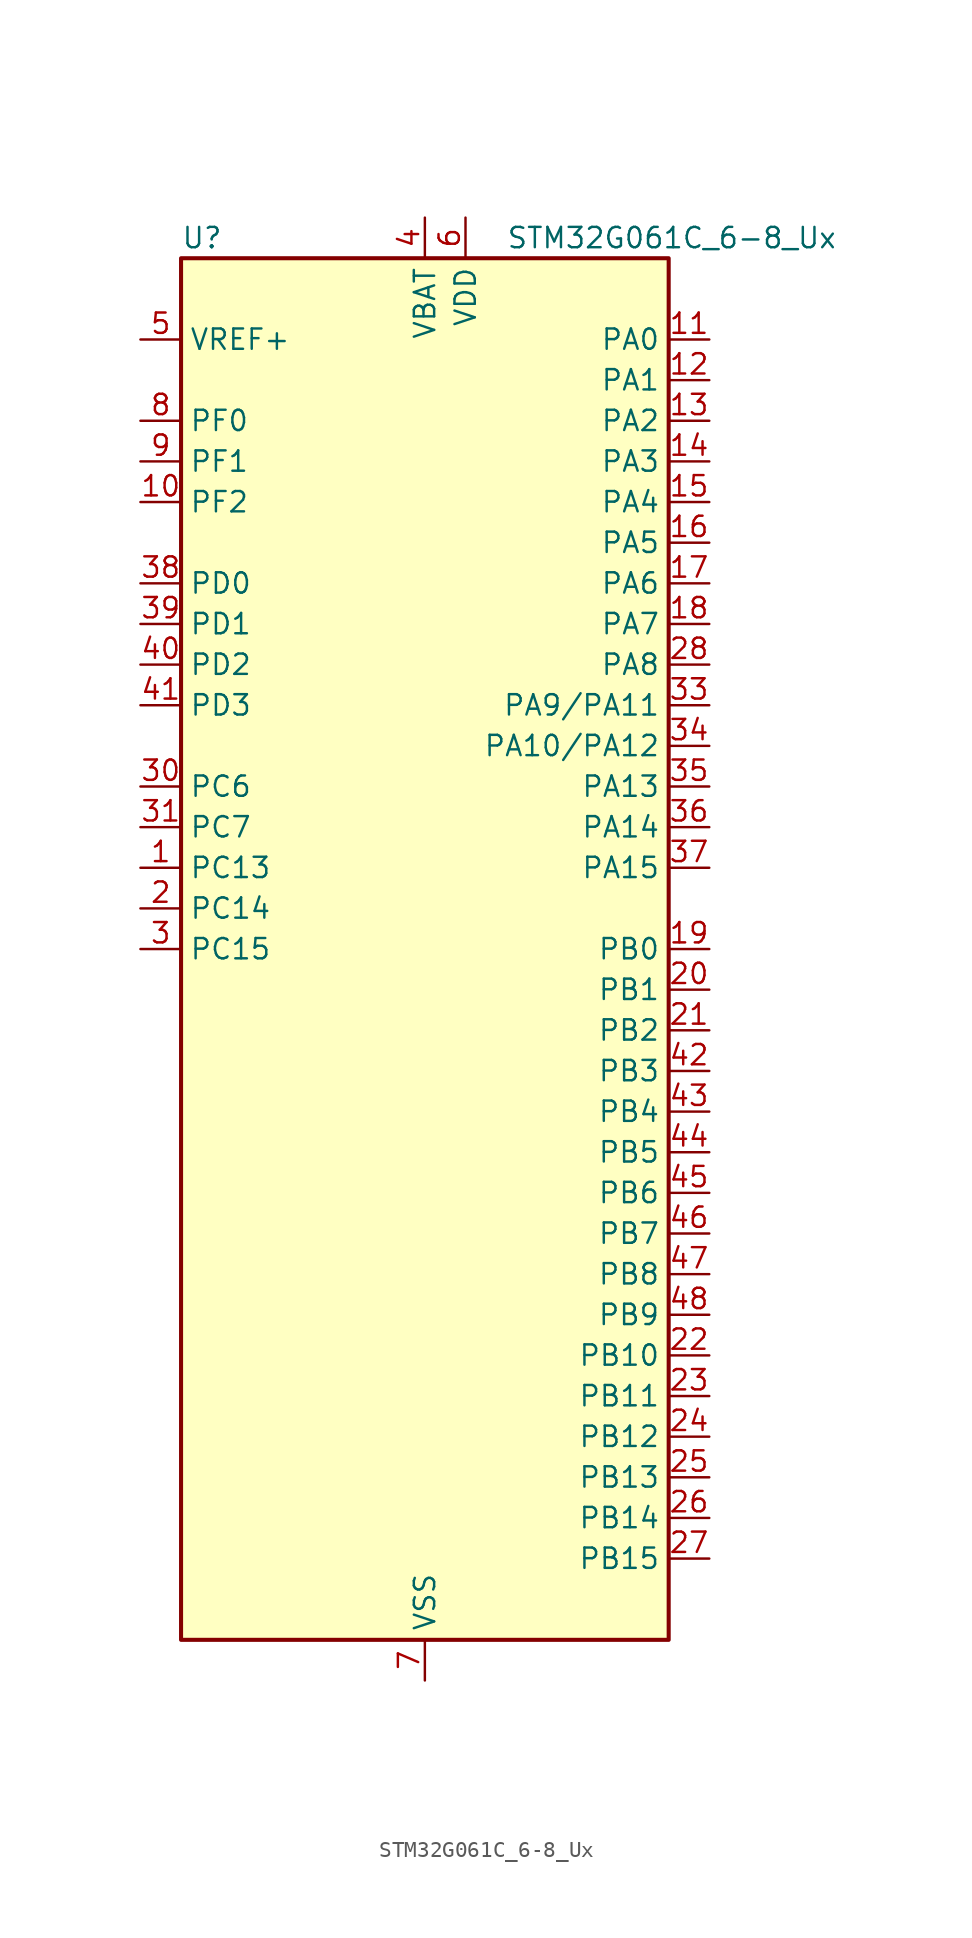
<source format=kicad_sym>
(kicad_symbol_lib
  (version 20241209)
  (generator "kicad_symbol_editor")
  (generator_version "9.0")
  (symbol "STM32G061C_6-8_Ux"
    (property "Reference" "U"
      (at -15.24 44.45 0)
      (effects (font (size 1.27 1.27)) (justify left)))
    (property "Value" "STM32G061C_6-8_Ux"
      (at 5.08 44.45 0)
      (effects (font (size 1.27 1.27)) (justify left)))
    (symbol "STM32G061C_6-8_Ux_0_1"
      (rectangle (start -15.24 -43.18) (end 15.24 43.18) (stroke (width 0.254) (type default)) (fill (type background))))
    (symbol "STM32G061C_6-8_Ux_1_1"
      (pin input line (at -17.78 38.1 0) (length 2.54) (name "VREF+" (effects (font (size 1.27 1.27)))) (number "5" (effects (font (size 1.27 1.27)))) (alternate "VREFBUF_OUT" bidirectional line))
      (pin bidirectional line (at -17.78 33.02 0) (length 2.54) (name "PF0" (effects (font (size 1.27 1.27)))) (number "8" (effects (font (size 1.27 1.27)))) (alternate "RCC_OSC_IN" bidirectional line) (alternate "TIM14_CH1" bidirectional line))
      (pin bidirectional line (at -17.78 30.48 0) (length 2.54) (name "PF1" (effects (font (size 1.27 1.27)))) (number "9" (effects (font (size 1.27 1.27)))) (alternate "RCC_OSC_EN" bidirectional line) (alternate "RCC_OSC_OUT" bidirectional line) (alternate "TIM15_CH1N" bidirectional line))
      (pin bidirectional line (at -17.78 27.94 0) (length 2.54) (name "PF2" (effects (font (size 1.27 1.27)))) (number "10" (effects (font (size 1.27 1.27)))) (alternate "RCC_MCO" bidirectional line))
      (pin bidirectional line (at -17.78 22.86 0) (length 2.54) (name "PD0" (effects (font (size 1.27 1.27)))) (number "38" (effects (font (size 1.27 1.27)))) (alternate "SPI2_NSS" bidirectional line) (alternate "TIM16_CH1" bidirectional line))
      (pin bidirectional line (at -17.78 20.32 0) (length 2.54) (name "PD1" (effects (font (size 1.27 1.27)))) (number "39" (effects (font (size 1.27 1.27)))) (alternate "SPI2_SCK" bidirectional line) (alternate "TIM17_CH1" bidirectional line))
      (pin bidirectional line (at -17.78 17.78 0) (length 2.54) (name "PD2" (effects (font (size 1.27 1.27)))) (number "40" (effects (font (size 1.27 1.27)))) (alternate "TIM1_CH1N" bidirectional line) (alternate "TIM3_ETR" bidirectional line))
      (pin bidirectional line (at -17.78 15.24 0) (length 2.54) (name "PD3" (effects (font (size 1.27 1.27)))) (number "41" (effects (font (size 1.27 1.27)))) (alternate "SPI2_MISO" bidirectional line) (alternate "TIM1_CH2N" bidirectional line) (alternate "USART2_CTS" bidirectional line) (alternate "USART2_NSS" bidirectional line))
      (pin bidirectional line (at -17.78 10.16 0) (length 2.54) (name "PC6" (effects (font (size 1.27 1.27)))) (number "30" (effects (font (size 1.27 1.27)))) (alternate "TIM2_CH3" bidirectional line) (alternate "TIM3_CH1" bidirectional line))
      (pin bidirectional line (at -17.78 7.62 0) (length 2.54) (name "PC7" (effects (font (size 1.27 1.27)))) (number "31" (effects (font (size 1.27 1.27)))) (alternate "TIM2_CH4" bidirectional line) (alternate "TIM3_CH2" bidirectional line))
      (pin bidirectional line (at -17.78 5.08 0) (length 2.54) (name "PC13" (effects (font (size 1.27 1.27)))) (number "1" (effects (font (size 1.27 1.27)))) (alternate "RTC_OUT1" bidirectional line) (alternate "RTC_TAMP_IN1" bidirectional line) (alternate "RTC_TS" bidirectional line) (alternate "SYS_WKUP2" bidirectional line) (alternate "TIM1_BK" bidirectional line))
      (pin bidirectional line (at -17.78 2.54 0) (length 2.54) (name "PC14" (effects (font (size 1.27 1.27)))) (number "2" (effects (font (size 1.27 1.27)))) (alternate "RCC_OSC32_IN" bidirectional line) (alternate "TIM1_BK2" bidirectional line))
      (pin bidirectional line (at -17.78 0 0) (length 2.54) (name "PC15" (effects (font (size 1.27 1.27)))) (number "3" (effects (font (size 1.27 1.27)))) (alternate "RCC_OSC32_EN" bidirectional line) (alternate "RCC_OSC32_OUT" bidirectional line) (alternate "RCC_OSC_EN" bidirectional line) (alternate "TIM15_BK" bidirectional line))
      (pin no_connect line (at -15.24 -40.64 0) (length 2.54) (hide yes) (name "NC/PA10" (effects (font (size 1.27 1.27)))) (number "32" (effects (font (size 1.27 1.27)))) (alternate "I2C1_SDA (PA10)" bidirectional line) (alternate "NC" bidirectional line) (alternate "PA10" bidirectional line) (alternate "SPI2_MOSI (PA10)" bidirectional line) (alternate "TIM17_BK (PA10)" bidirectional line) (alternate "TIM1_CH3 (PA10)" bidirectional line) (alternate "USART1_RX (PA10)" bidirectional line))
      (pin no_connect line (at -15.24 -43.18 0) (length 2.54) (hide yes) (name "NC/PA9" (effects (font (size 1.27 1.27)))) (number "29" (effects (font (size 1.27 1.27)))) (alternate "DAC1_EXTI9 (PA9)" bidirectional line) (alternate "I2C1_SCL (PA9)" bidirectional line) (alternate "NC" bidirectional line) (alternate "PA9" bidirectional line) (alternate "RCC_MCO (PA9)" bidirectional line) (alternate "SPI2_MISO (PA9)" bidirectional line) (alternate "TIM15_BK (PA9)" bidirectional line) (alternate "TIM1_CH2 (PA9)" bidirectional line) (alternate "USART1_TX (PA9)" bidirectional line))
      (pin power_in line (at 0 45.72 270) (length 2.54) (name "VBAT" (effects (font (size 1.27 1.27)))) (number "4" (effects (font (size 1.27 1.27)))))
      (pin passive line (at 0 -45.72 90) (length 2.54) (hide yes) (name "VSS" (effects (font (size 1.27 1.27)))) (number "49" (effects (font (size 1.27 1.27)))))
      (pin power_in line (at 0 -45.72 90) (length 2.54) (name "VSS" (effects (font (size 1.27 1.27)))) (number "7" (effects (font (size 1.27 1.27)))))
      (pin power_in line (at 2.54 45.72 270) (length 2.54) (name "VDD" (effects (font (size 1.27 1.27)))) (number "6" (effects (font (size 1.27 1.27)))))
      (pin bidirectional line (at 17.78 38.1 180) (length 2.54) (name "PA0" (effects (font (size 1.27 1.27)))) (number "11" (effects (font (size 1.27 1.27)))) (alternate "ADC1_IN0" bidirectional line) (alternate "COMP1_INM" bidirectional line) (alternate "COMP1_OUT" bidirectional line) (alternate "LPTIM1_OUT" bidirectional line) (alternate "RTC_TAMP_IN2" bidirectional line) (alternate "SPI2_SCK" bidirectional line) (alternate "SYS_WKUP1" bidirectional line) (alternate "TIM2_CH1" bidirectional line) (alternate "TIM2_ETR" bidirectional line) (alternate "USART2_CTS" bidirectional line) (alternate "USART2_NSS" bidirectional line))
      (pin bidirectional line (at 17.78 35.56 180) (length 2.54) (name "PA1" (effects (font (size 1.27 1.27)))) (number "12" (effects (font (size 1.27 1.27)))) (alternate "ADC1_IN1" bidirectional line) (alternate "COMP1_INP" bidirectional line) (alternate "I2C1_SMBA" bidirectional line) (alternate "I2S1_CK" bidirectional line) (alternate "SPI1_SCK" bidirectional line) (alternate "TIM15_CH1N" bidirectional line) (alternate "TIM2_CH2" bidirectional line) (alternate "USART2_CK" bidirectional line) (alternate "USART2_DE" bidirectional line) (alternate "USART2_RTS" bidirectional line))
      (pin bidirectional line (at 17.78 33.02 180) (length 2.54) (name "PA2" (effects (font (size 1.27 1.27)))) (number "13" (effects (font (size 1.27 1.27)))) (alternate "ADC1_IN2" bidirectional line) (alternate "COMP2_INM" bidirectional line) (alternate "COMP2_OUT" bidirectional line) (alternate "I2S1_SD" bidirectional line) (alternate "LPUART1_TX" bidirectional line) (alternate "RCC_LSCO" bidirectional line) (alternate "SPI1_MOSI" bidirectional line) (alternate "SYS_WKUP4" bidirectional line) (alternate "TIM15_CH1" bidirectional line) (alternate "TIM2_CH3" bidirectional line) (alternate "USART2_TX" bidirectional line))
      (pin bidirectional line (at 17.78 30.48 180) (length 2.54) (name "PA3" (effects (font (size 1.27 1.27)))) (number "14" (effects (font (size 1.27 1.27)))) (alternate "ADC1_IN3" bidirectional line) (alternate "COMP2_INP" bidirectional line) (alternate "LPUART1_RX" bidirectional line) (alternate "SPI2_MISO" bidirectional line) (alternate "TIM15_CH2" bidirectional line) (alternate "TIM2_CH4" bidirectional line) (alternate "USART2_RX" bidirectional line))
      (pin bidirectional line (at 17.78 27.94 180) (length 2.54) (name "PA4" (effects (font (size 1.27 1.27)))) (number "15" (effects (font (size 1.27 1.27)))) (alternate "ADC1_IN4" bidirectional line) (alternate "DAC1_OUT1" bidirectional line) (alternate "I2S1_WS" bidirectional line) (alternate "LPTIM2_OUT" bidirectional line) (alternate "RTC_OUT2" bidirectional line) (alternate "SPI1_NSS" bidirectional line) (alternate "SPI2_MOSI" bidirectional line) (alternate "TIM14_CH1" bidirectional line))
      (pin bidirectional line (at 17.78 25.4 180) (length 2.54) (name "PA5" (effects (font (size 1.27 1.27)))) (number "16" (effects (font (size 1.27 1.27)))) (alternate "ADC1_IN5" bidirectional line) (alternate "DAC1_OUT2" bidirectional line) (alternate "I2S1_CK" bidirectional line) (alternate "LPTIM2_ETR" bidirectional line) (alternate "SPI1_SCK" bidirectional line) (alternate "TIM2_CH1" bidirectional line) (alternate "TIM2_ETR" bidirectional line))
      (pin bidirectional line (at 17.78 22.86 180) (length 2.54) (name "PA6" (effects (font (size 1.27 1.27)))) (number "17" (effects (font (size 1.27 1.27)))) (alternate "ADC1_IN6" bidirectional line) (alternate "COMP1_OUT" bidirectional line) (alternate "I2S1_MCK" bidirectional line) (alternate "LPUART1_CTS" bidirectional line) (alternate "SPI1_MISO" bidirectional line) (alternate "TIM16_CH1" bidirectional line) (alternate "TIM1_BK" bidirectional line) (alternate "TIM3_CH1" bidirectional line))
      (pin bidirectional line (at 17.78 20.32 180) (length 2.54) (name "PA7" (effects (font (size 1.27 1.27)))) (number "18" (effects (font (size 1.27 1.27)))) (alternate "ADC1_IN7" bidirectional line) (alternate "COMP2_OUT" bidirectional line) (alternate "I2S1_SD" bidirectional line) (alternate "SPI1_MOSI" bidirectional line) (alternate "TIM14_CH1" bidirectional line) (alternate "TIM17_CH1" bidirectional line) (alternate "TIM1_CH1N" bidirectional line) (alternate "TIM3_CH2" bidirectional line))
      (pin bidirectional line (at 17.78 17.78 180) (length 2.54) (name "PA8" (effects (font (size 1.27 1.27)))) (number "28" (effects (font (size 1.27 1.27)))) (alternate "LPTIM2_OUT" bidirectional line) (alternate "RCC_MCO" bidirectional line) (alternate "SPI2_NSS" bidirectional line) (alternate "TIM1_CH1" bidirectional line))
      (pin bidirectional line (at 17.78 15.24 180) (length 2.54) (name "PA9/PA11" (effects (font (size 1.27 1.27)))) (number "33" (effects (font (size 1.27 1.27)))) (alternate "ADC1_EXTI11 (PA11)" bidirectional line) (alternate "COMP1_OUT (PA11)" bidirectional line) (alternate "DAC1_EXTI9 (PA9)" bidirectional line) (alternate "I2C1_SCL (PA9)" bidirectional line) (alternate "I2C2_SCL (PA11)" bidirectional line) (alternate "I2S1_MCK (PA11)" bidirectional line) (alternate "PA11" bidirectional line) (alternate "PA9" bidirectional line) (alternate "RCC_MCO (PA9)" bidirectional line) (alternate "SPI1_MISO (PA11)" bidirectional line) (alternate "SPI2_MISO (PA9)" bidirectional line) (alternate "TIM15_BK (PA9)" bidirectional line) (alternate "TIM1_BK2 (PA11)" bidirectional line) (alternate "TIM1_CH2 (PA9)" bidirectional line) (alternate "TIM1_CH4 (PA11)" bidirectional line) (alternate "USART1_CTS (PA11)" bidirectional line) (alternate "USART1_NSS (PA11)" bidirectional line) (alternate "USART1_TX (PA9)" bidirectional line))
      (pin bidirectional line (at 17.78 12.7 180) (length 2.54) (name "PA10/PA12" (effects (font (size 1.27 1.27)))) (number "34" (effects (font (size 1.27 1.27)))) (alternate "COMP2_OUT (PA12)" bidirectional line) (alternate "I2C1_SDA (PA10)" bidirectional line) (alternate "I2C2_SDA (PA12)" bidirectional line) (alternate "I2S1_SD (PA12)" bidirectional line) (alternate "I2S_CKIN (PA12)" bidirectional line) (alternate "PA10" bidirectional line) (alternate "PA12" bidirectional line) (alternate "SPI1_MOSI (PA12)" bidirectional line) (alternate "SPI2_MOSI (PA10)" bidirectional line) (alternate "TIM17_BK (PA10)" bidirectional line) (alternate "TIM1_CH3 (PA10)" bidirectional line) (alternate "TIM1_ETR (PA12)" bidirectional line) (alternate "USART1_CK (PA12)" bidirectional line) (alternate "USART1_DE (PA12)" bidirectional line) (alternate "USART1_RTS (PA12)" bidirectional line) (alternate "USART1_RX (PA10)" bidirectional line))
      (pin bidirectional line (at 17.78 10.16 180) (length 2.54) (name "PA13" (effects (font (size 1.27 1.27)))) (number "35" (effects (font (size 1.27 1.27)))) (alternate "ADC1_IN17" bidirectional line) (alternate "IR_OUT" bidirectional line) (alternate "SYS_SWDIO" bidirectional line))
      (pin bidirectional line (at 17.78 7.62 180) (length 2.54) (name "PA14" (effects (font (size 1.27 1.27)))) (number "36" (effects (font (size 1.27 1.27)))) (alternate "ADC1_IN18" bidirectional line) (alternate "SYS_SWCLK" bidirectional line) (alternate "USART2_TX" bidirectional line))
      (pin bidirectional line (at 17.78 5.08 180) (length 2.54) (name "PA15" (effects (font (size 1.27 1.27)))) (number "37" (effects (font (size 1.27 1.27)))) (alternate "I2S1_WS" bidirectional line) (alternate "SPI1_NSS" bidirectional line) (alternate "TIM2_CH1" bidirectional line) (alternate "TIM2_ETR" bidirectional line) (alternate "USART2_RX" bidirectional line))
      (pin bidirectional line (at 17.78 0 180) (length 2.54) (name "PB0" (effects (font (size 1.27 1.27)))) (number "19" (effects (font (size 1.27 1.27)))) (alternate "ADC1_IN8" bidirectional line) (alternate "COMP1_OUT" bidirectional line) (alternate "I2S1_WS" bidirectional line) (alternate "LPTIM1_OUT" bidirectional line) (alternate "SPI1_NSS" bidirectional line) (alternate "TIM1_CH2N" bidirectional line) (alternate "TIM3_CH3" bidirectional line))
      (pin bidirectional line (at 17.78 -2.54 180) (length 2.54) (name "PB1" (effects (font (size 1.27 1.27)))) (number "20" (effects (font (size 1.27 1.27)))) (alternate "ADC1_IN9" bidirectional line) (alternate "COMP1_INM" bidirectional line) (alternate "LPTIM2_IN1" bidirectional line) (alternate "LPUART1_DE" bidirectional line) (alternate "LPUART1_RTS" bidirectional line) (alternate "TIM14_CH1" bidirectional line) (alternate "TIM1_CH3N" bidirectional line) (alternate "TIM3_CH4" bidirectional line))
      (pin bidirectional line (at 17.78 -5.08 180) (length 2.54) (name "PB2" (effects (font (size 1.27 1.27)))) (number "21" (effects (font (size 1.27 1.27)))) (alternate "ADC1_IN10" bidirectional line) (alternate "COMP1_INP" bidirectional line) (alternate "LPTIM1_OUT" bidirectional line) (alternate "SPI2_MISO" bidirectional line))
      (pin bidirectional line (at 17.78 -7.62 180) (length 2.54) (name "PB3" (effects (font (size 1.27 1.27)))) (number "42" (effects (font (size 1.27 1.27)))) (alternate "COMP2_INM" bidirectional line) (alternate "I2S1_CK" bidirectional line) (alternate "SPI1_SCK" bidirectional line) (alternate "TIM1_CH2" bidirectional line) (alternate "TIM2_CH2" bidirectional line) (alternate "USART1_CK" bidirectional line) (alternate "USART1_DE" bidirectional line) (alternate "USART1_RTS" bidirectional line))
      (pin bidirectional line (at 17.78 -10.16 180) (length 2.54) (name "PB4" (effects (font (size 1.27 1.27)))) (number "43" (effects (font (size 1.27 1.27)))) (alternate "COMP2_INP" bidirectional line) (alternate "I2S1_MCK" bidirectional line) (alternate "SPI1_MISO" bidirectional line) (alternate "TIM17_BK" bidirectional line) (alternate "TIM3_CH1" bidirectional line) (alternate "USART1_CTS" bidirectional line) (alternate "USART1_NSS" bidirectional line))
      (pin bidirectional line (at 17.78 -12.7 180) (length 2.54) (name "PB5" (effects (font (size 1.27 1.27)))) (number "44" (effects (font (size 1.27 1.27)))) (alternate "COMP2_OUT" bidirectional line) (alternate "I2C1_SMBA" bidirectional line) (alternate "I2S1_SD" bidirectional line) (alternate "LPTIM1_IN1" bidirectional line) (alternate "SPI1_MOSI" bidirectional line) (alternate "SYS_WKUP6" bidirectional line) (alternate "TIM16_BK" bidirectional line) (alternate "TIM3_CH2" bidirectional line))
      (pin bidirectional line (at 17.78 -15.24 180) (length 2.54) (name "PB6" (effects (font (size 1.27 1.27)))) (number "45" (effects (font (size 1.27 1.27)))) (alternate "COMP2_INP" bidirectional line) (alternate "I2C1_SCL" bidirectional line) (alternate "LPTIM1_ETR" bidirectional line) (alternate "SPI2_MISO" bidirectional line) (alternate "TIM16_CH1N" bidirectional line) (alternate "TIM1_CH3" bidirectional line) (alternate "USART1_TX" bidirectional line))
      (pin bidirectional line (at 17.78 -17.78 180) (length 2.54) (name "PB7" (effects (font (size 1.27 1.27)))) (number "46" (effects (font (size 1.27 1.27)))) (alternate "COMP2_INM" bidirectional line) (alternate "I2C1_SDA" bidirectional line) (alternate "LPTIM1_IN2" bidirectional line) (alternate "SPI2_MOSI" bidirectional line) (alternate "SYS_PVD_IN" bidirectional line) (alternate "TIM17_CH1N" bidirectional line) (alternate "USART1_RX" bidirectional line))
      (pin bidirectional line (at 17.78 -20.32 180) (length 2.54) (name "PB8" (effects (font (size 1.27 1.27)))) (number "47" (effects (font (size 1.27 1.27)))) (alternate "I2C1_SCL" bidirectional line) (alternate "SPI2_SCK" bidirectional line) (alternate "TIM15_BK" bidirectional line) (alternate "TIM16_CH1" bidirectional line))
      (pin bidirectional line (at 17.78 -22.86 180) (length 2.54) (name "PB9" (effects (font (size 1.27 1.27)))) (number "48" (effects (font (size 1.27 1.27)))) (alternate "DAC1_EXTI9" bidirectional line) (alternate "I2C1_SDA" bidirectional line) (alternate "IR_OUT" bidirectional line) (alternate "SPI2_NSS" bidirectional line) (alternate "TIM17_CH1" bidirectional line))
      (pin bidirectional line (at 17.78 -25.4 180) (length 2.54) (name "PB10" (effects (font (size 1.27 1.27)))) (number "22" (effects (font (size 1.27 1.27)))) (alternate "ADC1_IN11" bidirectional line) (alternate "COMP1_OUT" bidirectional line) (alternate "I2C2_SCL" bidirectional line) (alternate "LPUART1_RX" bidirectional line) (alternate "SPI2_SCK" bidirectional line) (alternate "TIM2_CH3" bidirectional line))
      (pin bidirectional line (at 17.78 -27.94 180) (length 2.54) (name "PB11" (effects (font (size 1.27 1.27)))) (number "23" (effects (font (size 1.27 1.27)))) (alternate "ADC1_EXTI11" bidirectional line) (alternate "ADC1_IN15" bidirectional line) (alternate "COMP2_OUT" bidirectional line) (alternate "I2C2_SDA" bidirectional line) (alternate "LPUART1_TX" bidirectional line) (alternate "SPI2_MOSI" bidirectional line) (alternate "TIM2_CH4" bidirectional line))
      (pin bidirectional line (at 17.78 -30.48 180) (length 2.54) (name "PB12" (effects (font (size 1.27 1.27)))) (number "24" (effects (font (size 1.27 1.27)))) (alternate "ADC1_IN16" bidirectional line) (alternate "LPUART1_DE" bidirectional line) (alternate "LPUART1_RTS" bidirectional line) (alternate "SPI2_NSS" bidirectional line) (alternate "TIM15_BK" bidirectional line) (alternate "TIM1_BK" bidirectional line))
      (pin bidirectional line (at 17.78 -33.02 180) (length 2.54) (name "PB13" (effects (font (size 1.27 1.27)))) (number "25" (effects (font (size 1.27 1.27)))) (alternate "I2C2_SCL" bidirectional line) (alternate "LPUART1_CTS" bidirectional line) (alternate "SPI2_SCK" bidirectional line) (alternate "TIM15_CH1N" bidirectional line) (alternate "TIM1_CH1N" bidirectional line))
      (pin bidirectional line (at 17.78 -35.56 180) (length 2.54) (name "PB14" (effects (font (size 1.27 1.27)))) (number "26" (effects (font (size 1.27 1.27)))) (alternate "I2C2_SDA" bidirectional line) (alternate "SPI2_MISO" bidirectional line) (alternate "TIM15_CH1" bidirectional line) (alternate "TIM1_CH2N" bidirectional line))
      (pin bidirectional line (at 17.78 -38.1 180) (length 2.54) (name "PB15" (effects (font (size 1.27 1.27)))) (number "27" (effects (font (size 1.27 1.27)))) (alternate "RTC_REFIN" bidirectional line) (alternate "SPI2_MOSI" bidirectional line) (alternate "TIM15_CH1N" bidirectional line) (alternate "TIM15_CH2" bidirectional line) (alternate "TIM1_CH3N" bidirectional line)))))
</source>
